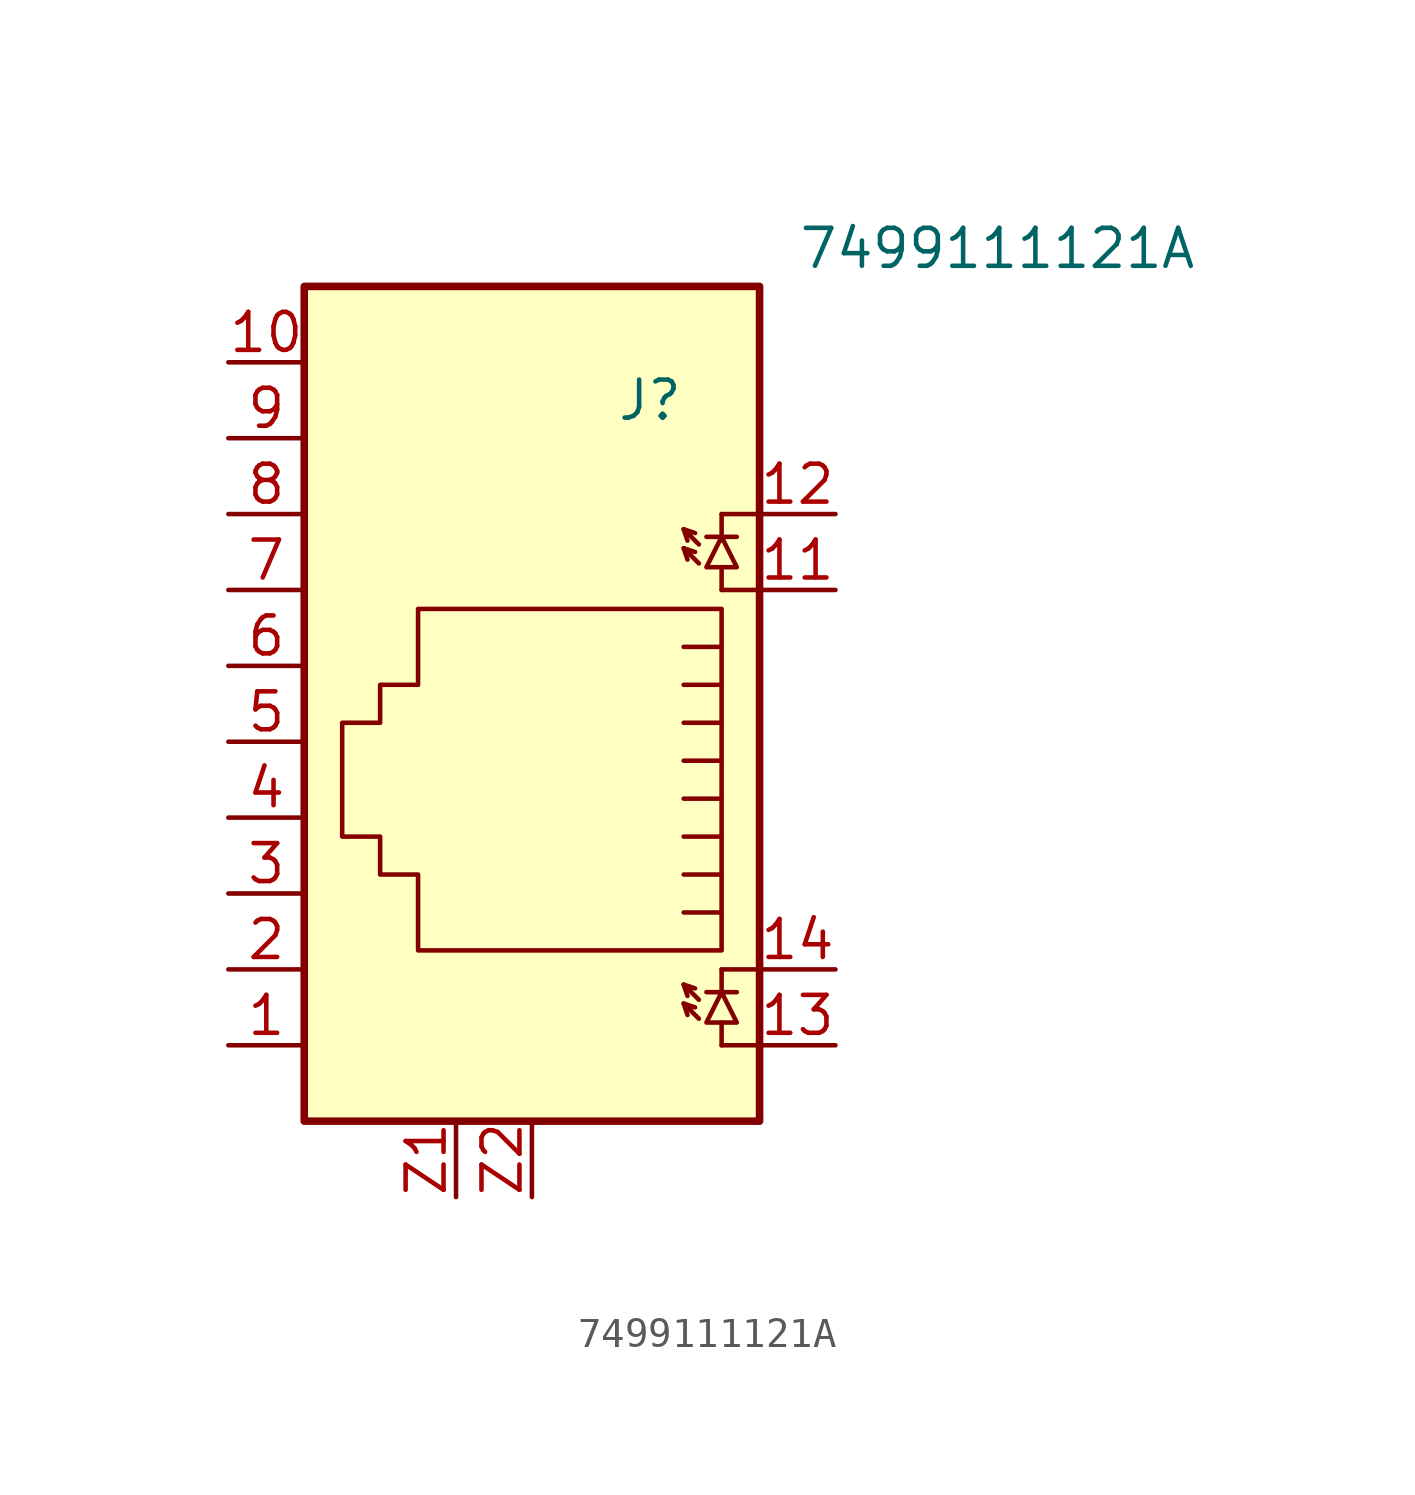
<source format=kicad_sym>
(kicad_symbol_lib
  (version 20211014)
  (generator kicad_symbol_editor)
  (symbol "7499111121A"
    (pin_names
      (offset 1.016))
    (property "Reference" "J"
      (at 5.08 13.97 0)
      (effects (font (size 1.27 1.27)) (justify right)))
    (property "Value" "7499111121A"
      (at 8.89 19.05 0)
      (effects (font (size 1.27 1.27)) (justify left)))
    (symbol "7499111121A_0_1"
      (rectangle (start -7.62 -10.16) (end 7.62 17.78) (stroke (width 0.254) (type default) (color 0 0 0 0)) (fill (type background)))
      (polyline (pts (xy 5.08 -6.223) (xy 5.207 -6.604)) (stroke (width 0) (type default) (color 0 0 0 0)) (fill (type none)))
      (polyline (pts (xy 5.08 -5.588) (xy 5.207 -5.969)) (stroke (width 0) (type default) (color 0 0 0 0)) (fill (type none)))
      (polyline (pts (xy 5.08 4.445) (xy 6.35 4.445)) (stroke (width 0) (type default) (color 0 0 0 0)) (fill (type none)))
      (polyline (pts (xy 5.08 5.715) (xy 6.35 5.715)) (stroke (width 0) (type default) (color 0 0 0 0)) (fill (type none)))
      (polyline (pts (xy 5.08 9.017) (xy 5.207 8.636)) (stroke (width 0) (type default) (color 0 0 0 0)) (fill (type none)))
      (polyline (pts (xy 5.08 9.652) (xy 5.207 9.271)) (stroke (width 0) (type default) (color 0 0 0 0)) (fill (type none)))
      (polyline (pts (xy 6.35 -7.62) (xy 6.35 -6.858)) (stroke (width 0) (type default) (color 0 0 0 0)) (fill (type none)))
      (polyline (pts (xy 6.35 -5.08) (xy 6.35 -5.842)) (stroke (width 0) (type default) (color 0 0 0 0)) (fill (type none)))
      (polyline (pts (xy 6.35 7.62) (xy 6.35 8.382)) (stroke (width 0) (type default) (color 0 0 0 0)) (fill (type none)))
      (polyline (pts (xy 6.35 10.16) (xy 6.35 9.398)) (stroke (width 0) (type default) (color 0 0 0 0)) (fill (type none)))
      (polyline (pts (xy 6.858 -5.842) (xy 5.842 -5.842)) (stroke (width 0) (type default) (color 0 0 0 0)) (fill (type none)))
      (polyline (pts (xy 6.858 9.398) (xy 5.842 9.398)) (stroke (width 0) (type default) (color 0 0 0 0)) (fill (type none)))
      (polyline (pts (xy 7.62 -7.62) (xy 6.35 -7.62)) (stroke (width 0) (type default) (color 0 0 0 0)) (fill (type none)))
      (polyline (pts (xy 7.62 -5.08) (xy 6.35 -5.08)) (stroke (width 0) (type default) (color 0 0 0 0)) (fill (type none)))
      (polyline (pts (xy 7.62 7.62) (xy 6.35 7.62)) (stroke (width 0) (type default) (color 0 0 0 0)) (fill (type none)))
      (polyline (pts (xy 7.62 10.16) (xy 6.35 10.16)) (stroke (width 0) (type default) (color 0 0 0 0)) (fill (type none)))
      (polyline (pts (xy 5.08 3.175) (xy 6.35 3.175) (xy 6.35 3.175)) (stroke (width 0) (type default) (color 0 0 0 0)) (fill (type none)))
      (polyline (pts (xy 5.588 -6.731) (xy 5.08 -6.223) (xy 5.461 -6.35)) (stroke (width 0) (type default) (color 0 0 0 0)) (fill (type none)))
      (polyline (pts (xy 5.588 -6.096) (xy 5.08 -5.588) (xy 5.461 -5.715)) (stroke (width 0) (type default) (color 0 0 0 0)) (fill (type none)))
      (polyline (pts (xy 5.588 8.509) (xy 5.08 9.017) (xy 5.461 8.89)) (stroke (width 0) (type default) (color 0 0 0 0)) (fill (type none)))
      (polyline (pts (xy 5.588 9.144) (xy 5.08 9.652) (xy 5.461 9.525)) (stroke (width 0) (type default) (color 0 0 0 0)) (fill (type none)))
      (polyline (pts (xy 6.35 -3.175) (xy 5.08 -3.175) (xy 5.08 -3.175)) (stroke (width 0) (type default) (color 0 0 0 0)) (fill (type none)))
      (polyline (pts (xy 6.35 -1.905) (xy 5.08 -1.905) (xy 5.08 -1.905)) (stroke (width 0) (type default) (color 0 0 0 0)) (fill (type none)))
      (polyline (pts (xy 6.35 -0.635) (xy 5.08 -0.635) (xy 5.08 -0.635)) (stroke (width 0) (type default) (color 0 0 0 0)) (fill (type none)))
      (polyline (pts (xy 6.35 0.635) (xy 5.08 0.635) (xy 5.08 0.635)) (stroke (width 0) (type default) (color 0 0 0 0)) (fill (type none)))
      (polyline (pts (xy 6.35 1.905) (xy 5.08 1.905) (xy 5.08 1.905)) (stroke (width 0) (type default) (color 0 0 0 0)) (fill (type none)))
      (polyline (pts (xy 6.35 -5.842) (xy 6.858 -6.858) (xy 5.842 -6.858) (xy 6.35 -5.842)) (stroke (width 0) (type default) (color 0 0 0 0)) (fill (type none)))
      (polyline (pts (xy 6.35 9.398) (xy 6.858 8.382) (xy 5.842 8.382) (xy 6.35 9.398)) (stroke (width 0) (type default) (color 0 0 0 0)) (fill (type none)))
      (polyline (pts (xy 6.35 -4.445) (xy 6.35 6.985) (xy -3.81 6.985) (xy -3.81 4.445) (xy -5.08 4.445) (xy -5.08 3.175) (xy -6.35 3.175) (xy -6.35 -0.635) (xy -5.08 -0.635) (xy -5.08 -1.905) (xy -3.81 -1.905) (xy -3.81 -4.445) (xy 6.35 -4.445) (xy 6.35 -4.445)) (stroke (width 0) (type default) (color 0 0 0 0)) (fill (type none))))
    (symbol "7499111121A_1_1"
      (pin passive line (at -10.16 -7.62 0) (length 2.54) (name "~" (effects (font (size 1.27 1.27)))) (number "1" (effects (font (size 1.27 1.27)))))
      (pin passive line (at -10.16 15.24 0) (length 2.54) (name "~" (effects (font (size 1.27 1.27)))) (number "10" (effects (font (size 1.27 1.27)))))
      (pin passive line (at 10.16 7.62 180) (length 2.54) (name "~" (effects (font (size 1.27 1.27)))) (number "11" (effects (font (size 1.27 1.27)))))
      (pin passive line (at 10.16 10.16 180) (length 2.54) (name "~" (effects (font (size 1.27 1.27)))) (number "12" (effects (font (size 1.27 1.27)))))
      (pin passive line (at 10.16 -7.62 180) (length 2.54) (name "~" (effects (font (size 1.27 1.27)))) (number "13" (effects (font (size 1.27 1.27)))))
      (pin passive line (at 10.16 -5.08 180) (length 2.54) (name "~" (effects (font (size 1.27 1.27)))) (number "14" (effects (font (size 1.27 1.27)))))
      (pin passive line (at -10.16 -5.08 0) (length 2.54) (name "~" (effects (font (size 1.27 1.27)))) (number "2" (effects (font (size 1.27 1.27)))))
      (pin passive line (at -10.16 -2.54 0) (length 2.54) (name "~" (effects (font (size 1.27 1.27)))) (number "3" (effects (font (size 1.27 1.27)))))
      (pin passive line (at -10.16 0 0) (length 2.54) (name "~" (effects (font (size 1.27 1.27)))) (number "4" (effects (font (size 1.27 1.27)))))
      (pin passive line (at -10.16 2.54 0) (length 2.54) (name "~" (effects (font (size 1.27 1.27)))) (number "5" (effects (font (size 1.27 1.27)))))
      (pin passive line (at -10.16 5.08 0) (length 2.54) (name "~" (effects (font (size 1.27 1.27)))) (number "6" (effects (font (size 1.27 1.27)))))
      (pin passive line (at -10.16 7.62 0) (length 2.54) (name "~" (effects (font (size 1.27 1.27)))) (number "7" (effects (font (size 1.27 1.27)))))
      (pin passive line (at -10.16 10.16 0) (length 2.54) (name "~" (effects (font (size 1.27 1.27)))) (number "8" (effects (font (size 1.27 1.27)))))
      (pin passive line (at -10.16 12.7 0) (length 2.54) (name "~" (effects (font (size 1.27 1.27)))) (number "9" (effects (font (size 1.27 1.27)))))
      (pin passive line (at -2.54 -12.7 90) (length 2.54) (name "~" (effects (font (size 1.27 1.27)))) (number "Z1" (effects (font (size 1.27 1.27)))))
      (pin passive line (at 0 -12.7 90) (length 2.54) (name "~" (effects (font (size 1.27 1.27)))) (number "Z2" (effects (font (size 1.27 1.27))))))))
</source>
